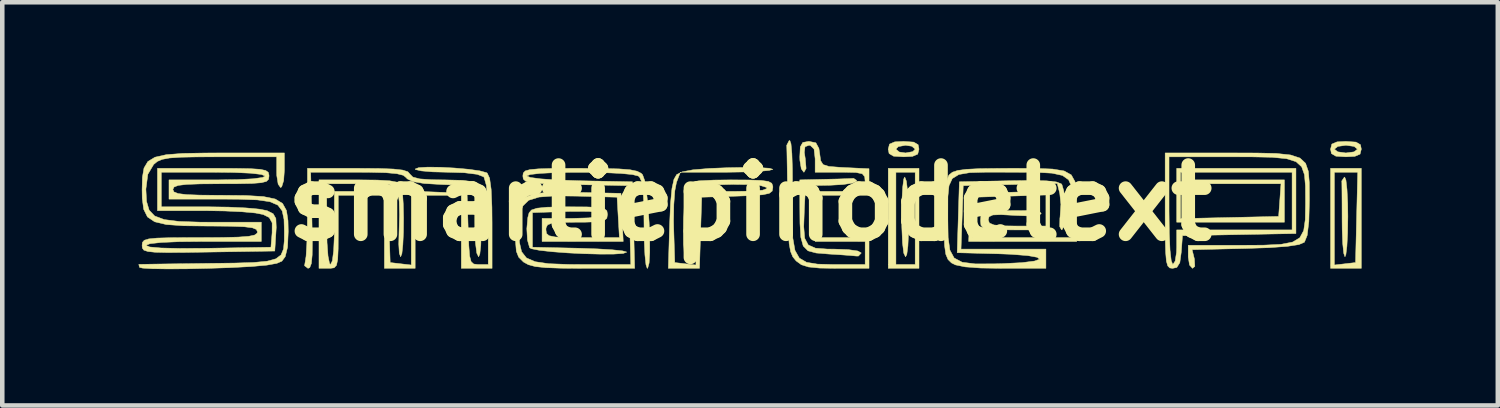
<source format=kicad_pcb>
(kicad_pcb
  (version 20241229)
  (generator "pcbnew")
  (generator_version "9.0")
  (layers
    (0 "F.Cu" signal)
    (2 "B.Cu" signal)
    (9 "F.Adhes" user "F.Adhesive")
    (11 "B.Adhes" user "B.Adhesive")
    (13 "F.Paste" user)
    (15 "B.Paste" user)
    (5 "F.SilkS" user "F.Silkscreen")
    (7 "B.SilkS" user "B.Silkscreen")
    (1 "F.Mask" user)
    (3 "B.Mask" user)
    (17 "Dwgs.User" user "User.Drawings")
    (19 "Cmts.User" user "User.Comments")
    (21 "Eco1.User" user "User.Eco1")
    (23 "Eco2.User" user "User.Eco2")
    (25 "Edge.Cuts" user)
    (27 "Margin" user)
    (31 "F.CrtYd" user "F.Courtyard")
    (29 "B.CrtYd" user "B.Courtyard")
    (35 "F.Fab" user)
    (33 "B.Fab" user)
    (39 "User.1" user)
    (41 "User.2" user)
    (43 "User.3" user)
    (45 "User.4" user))
  (footprint "smartiepinodetext"
    (layer "F.Cu")
    (at 13.455 1.418)
    (property "Reference" "smartiepinodetext" (at 0 0 0) (layer "F.SilkS") (effects (font (size 1.524 1.524) (thickness 0.3))))
    (attr through_hole)
    (fp_poly (pts (xy -1.534 -0.662) (xy -1.528 -0.677) (xy -1.503 -0.677) (xy -1.534 -0.662)) (stroke (width 0.01) (type solid)) (fill yes) (layer "F.SilkS"))
    (fp_poly (pts (xy 3.725 1.439) (xy 3.048 1.439) (xy 3.048 -0.677) (xy 3.217 -0.677) (xy 3.217 1.355) (xy 3.641 1.355) (xy 3.641 -0.677) (xy 3.217 -0.677) (xy 3.048 -0.677) (xy 3.048 -0.762) (xy 3.725 -0.762) (xy 3.725 1.439)) (stroke (width 0.01) (type solid)) (fill yes) (layer "F.SilkS"))
    (fp_poly (pts (xy 13.462 1.439) (xy 12.785 1.439) (xy 12.785 -0.677) (xy 12.869 -0.677) (xy 12.869 1.366) (xy 13.102 1.339) (xy 13.335 1.312) (xy 13.359 0.318) (xy 13.383 -0.677) (xy 12.869 -0.677) (xy 12.785 -0.677) (xy 12.785 -0.762) (xy 13.462 -0.762) (xy 13.462 1.439)) (stroke (width 0.01) (type solid)) (fill yes) (layer "F.SilkS"))
    (fp_poly (pts (xy -1.488 -0.685) (xy -1.256 -0.729) (xy -0.894 -0.76) (xy -0.487 -0.776) (xy -0.099 -0.783) (xy 0.218 -0.778) (xy 0.431 -0.764) (xy 0.508 -0.741) (xy 0.429 -0.717) (xy 0.213 -0.696) (xy -0.107 -0.683) (xy -0.498 -0.677) (xy -0.51 -0.677) (xy -1.503 -0.677) (xy -1.488 -0.685)) (stroke (width 0.01) (type solid)) (fill yes) (layer "F.SilkS"))
    (fp_poly (pts (xy 3.447 -0.481) (xy 3.473 -0.27) (xy 3.49 0.022) (xy 3.497 0.351) (xy 3.494 0.674) (xy 3.481 0.949) (xy 3.457 1.133) (xy 3.429 1.185) (xy 3.39 1.105) (xy 3.362 0.878) (xy 3.347 0.528) (xy 3.344 0.296) (xy 3.35 -0.066) (xy 3.367 -0.352) (xy 3.39 -0.529) (xy 3.412 -0.57) (xy 3.447 -0.481)) (stroke (width 0.01) (type solid)) (fill yes) (layer "F.SilkS"))
    (fp_poly (pts (xy 13.124 -0.501) (xy 13.147 -0.296) (xy 13.162 0.01) (xy 13.166 0.296) (xy 13.16 0.661) (xy 13.145 0.953) (xy 13.122 1.138) (xy 13.102 1.185) (xy 13.075 1.107) (xy 13.053 0.896) (xy 13.041 0.589) (xy 13.039 0.381) (xy 13.038 0.027) (xy 13.036 -0.262) (xy 13.034 -0.444) (xy 13.032 -0.485) (xy 13.088 -0.567) (xy 13.096 -0.569) (xy 13.124 -0.501)) (stroke (width 0.01) (type solid)) (fill yes) (layer "F.SilkS"))
    (fp_poly (pts (xy 3.608 -1.34) (xy 3.706 -1.283) (xy 3.725 -1.185) (xy 3.697 -1.075) (xy 3.582 -1.026) (xy 3.387 -1.016) (xy 3.165 -1.03) (xy 3.067 -1.088) (xy 3.048 -1.185) (xy 3.217 -1.185) (xy 3.29 -1.122) (xy 3.429 -1.101) (xy 3.588 -1.13) (xy 3.641 -1.185) (xy 3.568 -1.249) (xy 3.429 -1.27) (xy 3.27 -1.241) (xy 3.217 -1.185) (xy 3.048 -1.185) (xy 3.076 -1.296) (xy 3.191 -1.345) (xy 3.387 -1.355) (xy 3.608 -1.34)) (stroke (width 0.01) (type solid)) (fill yes) (layer "F.SilkS"))
    (fp_poly (pts (xy 13.345 -1.34) (xy 13.443 -1.283) (xy 13.462 -1.185) (xy 13.434 -1.075) (xy 13.319 -1.026) (xy 13.123 -1.016) (xy 12.902 -1.03) (xy 12.804 -1.088) (xy 12.785 -1.185) (xy 12.869 -1.185) (xy 12.943 -1.126) (xy 13.12 -1.101) (xy 13.123 -1.101) (xy 13.302 -1.125) (xy 13.377 -1.184) (xy 13.377 -1.185) (xy 13.304 -1.245) (xy 13.126 -1.27) (xy 13.123 -1.27) (xy 12.945 -1.245) (xy 12.869 -1.186) (xy 12.869 -1.185) (xy 12.785 -1.185) (xy 12.813 -1.296) (xy 12.928 -1.345) (xy 13.123 -1.355) (xy 13.345 -1.34)) (stroke (width 0.01) (type solid)) (fill yes) (layer "F.SilkS"))
    (fp_poly (pts (xy 2.352 -0.497) (xy 2.349 -0.476) (xy 2.261 -0.437) (xy 2.05 -0.406) (xy 1.778 -0.391) (xy 1.228 -0.381) (xy 1.202 0.123) (xy 1.188 0.52) (xy 1.209 0.777) (xy 1.288 0.925) (xy 1.446 0.995) (xy 1.707 1.015) (xy 1.864 1.016) (xy 2.168 1.027) (xy 2.377 1.057) (xy 2.455 1.101) (xy 2.391 1.169) (xy 2.349 1.169) (xy 2.213 1.156) (xy 1.966 1.138) (xy 1.723 1.123) (xy 1.458 1.101) (xy 1.282 1.053) (xy 1.177 0.948) (xy 1.124 0.757) (xy 1.105 0.451) (xy 1.102 0.106) (xy 1.101 -0.508) (xy 1.651 -0.521) (xy 1.948 -0.528) (xy 2.179 -0.536) (xy 2.286 -0.542) (xy 2.352 -0.497)) (stroke (width 0.01) (type solid)) (fill yes) (layer "F.SilkS"))
    (fp_poly (pts (xy -8.167 -0.759) (xy -7.845 -0.747) (xy -7.64 -0.724) (xy -7.527 -0.687) (xy -7.481 -0.635) (xy -7.417 -0.57) (xy -7.266 -0.53) (xy -6.998 -0.511) (xy -6.719 -0.508) (xy -6.32 -0.498) (xy -6.075 -0.465) (xy -5.974 -0.408) (xy -5.971 -0.402) (xy -5.941 -0.234) (xy -5.921 0.027) (xy -5.911 0.338) (xy -5.911 0.654) (xy -5.921 0.93) (xy -5.942 1.122) (xy -5.969 1.185) (xy -6.009 1.105) (xy -6.038 0.883) (xy -6.053 0.545) (xy -6.054 0.402) (xy -6.054 -0.381) (xy -6.772 -0.406) (xy -7.167 -0.429) (xy -7.416 -0.47) (xy -7.542 -0.532) (xy -7.559 -0.554) (xy -7.626 -0.609) (xy -7.77 -0.645) (xy -8.017 -0.667) (xy -8.395 -0.676) (xy -8.647 -0.677) (xy -9.666 -0.677) (xy -9.638 0.381) (xy -9.629 0.835) (xy -9.633 1.144) (xy -9.651 1.332) (xy -9.686 1.422) (xy -9.725 1.439) (xy -9.801 1.381) (xy -9.788 1.305) (xy -9.767 1.17) (xy -9.751 0.906) (xy -9.74 0.552) (xy -9.737 0.205) (xy -9.737 -0.762) (xy -8.633 -0.762) (xy -8.167 -0.759)) (stroke (width 0.01) (type solid)) (fill yes) (layer "F.SilkS"))
    (fp_poly (pts (xy -1.614 -0.452) (xy -1.65 -0.267) (xy -1.672 0.033) (xy -1.678 0.396) (xy -1.675 0.543) (xy -1.651 1.312) (xy -1.418 1.339) (xy -1.185 1.366) (xy -1.185 -0.254) (xy -0.364 -0.254) (xy 0.041 -0.261) (xy 0.286 -0.282) (xy 0.378 -0.318) (xy 0.369 -0.342) (xy 0.243 -0.382) (xy -0.02 -0.405) (xy -0.386 -0.409) (xy -0.516 -0.406) (xy -1.312 -0.381) (xy -1.337 0.402) (xy -1.353 0.743) (xy -1.378 1.009) (xy -1.406 1.162) (xy -1.421 1.185) (xy -1.442 1.108) (xy -1.454 0.907) (xy -1.457 0.626) (xy -1.452 0.31) (xy -1.439 0.004) (xy -1.421 -0.247) (xy -1.396 -0.399) (xy -1.395 -0.402) (xy -1.32 -0.453) (xy -1.124 -0.487) (xy -0.789 -0.504) (xy -0.426 -0.508) (xy -0.017 -0.506) (xy 0.251 -0.496) (xy 0.408 -0.474) (xy 0.484 -0.434) (xy 0.507 -0.371) (xy 0.508 -0.342) (xy 0.494 -0.263) (xy 0.429 -0.212) (xy 0.283 -0.181) (xy 0.024 -0.162) (xy -0.275 -0.151) (xy -1.058 -0.127) (xy -1.083 0.656) (xy -1.107 1.439) (xy -1.793 1.439) (xy -1.764 0.468) (xy -1.744 0.003) (xy -1.713 -0.319) (xy -1.669 -0.52) (xy -1.609 -0.625) (xy -1.534 -0.662) (xy -1.614 -0.452)) (stroke (width 0.01) (type solid)) (fill yes) (layer "F.SilkS"))
    (fp_poly (pts (xy 0.907 -1.304) (xy 0.927 -1.088) (xy 0.938 -0.756) (xy 0.941 -0.332) (xy 0.939 -0.157) (xy 0.934 0.382) (xy 0.948 0.775) (xy 0.995 1.044) (xy 1.091 1.214) (xy 1.251 1.307) (xy 1.49 1.346) (xy 1.823 1.355) (xy 1.924 1.355) (xy 2.54 1.355) (xy 2.54 0.847) (xy 1.439 0.847) (xy 1.439 -0.254) (xy 1.99 -0.254) (xy 2.286 -0.258) (xy 2.45 -0.279) (xy 2.522 -0.332) (xy 2.54 -0.431) (xy 2.54 -0.466) (xy 2.53 -0.579) (xy 2.476 -0.643) (xy 2.338 -0.671) (xy 2.08 -0.677) (xy 1.99 -0.677) (xy 1.439 -0.677) (xy 1.439 -0.974) (xy 1.415 -1.187) (xy 1.332 -1.267) (xy 1.303 -1.27) (xy 1.216 -1.238) (xy 1.201 -1.112) (xy 1.222 -0.974) (xy 1.24 -0.76) (xy 1.194 -0.678) (xy 1.189 -0.677) (xy 1.134 -0.752) (xy 1.103 -0.94) (xy 1.101 -1.016) (xy 1.112 -1.234) (xy 1.167 -1.332) (xy 1.293 -1.355) (xy 1.307 -1.355) (xy 1.455 -1.324) (xy 1.522 -1.201) (xy 1.54 -1.079) (xy 1.561 -0.929) (xy 1.614 -0.845) (xy 1.741 -0.804) (xy 1.983 -0.785) (xy 2.095 -0.779) (xy 2.625 -0.754) (xy 2.625 -0.169) (xy 1.524 -0.169) (xy 1.524 0.762) (xy 2.625 0.762) (xy 2.625 1.439) (xy 1.905 1.439) (xy 1.536 1.433) (xy 1.293 1.409) (xy 1.137 1.36) (xy 1.024 1.278) (xy 1.016 1.27) (xy 0.947 1.185) (xy 0.899 1.071) (xy 0.867 0.897) (xy 0.848 0.634) (xy 0.838 0.249) (xy 0.834 -0.042) (xy 0.829 -0.469) (xy 0.823 -0.837) (xy 0.818 -1.111) (xy 0.814 -1.258) (xy 0.813 -1.27) (xy 0.864 -1.369) (xy 0.881 -1.376) (xy 0.907 -1.304)) (stroke (width 0.01) (type solid)) (fill yes) (layer "F.SilkS"))
    (fp_poly (pts (xy 11.153 -1.1) (xy 11.592 -1.09) (xy 11.904 -1.057) (xy 12.111 -0.989) (xy 12.235 -0.873) (xy 12.296 -0.697) (xy 12.317 -0.446) (xy 12.319 -0.109) (xy 12.319 -0.053) (xy 12.307 0.41) (xy 12.271 0.712) (xy 12.21 0.863) (xy 12.209 0.864) (xy 12.088 0.916) (xy 11.832 0.955) (xy 11.43 0.984) (xy 10.918 1.001) (xy 9.737 1.029) (xy 9.788 1.234) (xy 9.797 1.396) (xy 9.746 1.439) (xy 9.68 1.366) (xy 9.652 1.189) (xy 9.652 1.185) (xy 9.652 0.931) (xy 10.779 0.931) (xy 11.306 0.929) (xy 11.688 0.911) (xy 11.947 0.862) (xy 12.108 0.766) (xy 12.194 0.607) (xy 12.228 0.37) (xy 12.234 0.038) (xy 12.234 -0.042) (xy 12.232 -0.375) (xy 12.211 -0.622) (xy 12.149 -0.796) (xy 12.025 -0.909) (xy 11.815 -0.975) (xy 11.498 -1.006) (xy 11.053 -1.015) (xy 10.567 -1.016) (xy 9.229 -1.016) (xy 9.229 0.169) (xy 9.235 0.664) (xy 9.251 1.037) (xy 9.278 1.272) (xy 9.313 1.355) (xy 9.313 1.355) (xy 9.364 1.279) (xy 9.394 1.088) (xy 9.398 0.974) (xy 9.398 0.593) (xy 11.938 0.593) (xy 11.938 -0.677) (xy 9.483 -0.677) (xy 9.483 0.344) (xy 10.562 0.32) (xy 11.642 0.296) (xy 11.694 -0.423) (xy 10.704 -0.423) (xy 9.715 -0.423) (xy 9.763 -0.127) (xy 9.775 0.067) (xy 9.743 0.166) (xy 9.731 0.169) (xy 9.682 0.094) (xy 9.654 -0.093) (xy 9.652 -0.169) (xy 9.652 -0.508) (xy 11.769 -0.508) (xy 11.769 0.423) (xy 9.398 0.423) (xy 9.398 -0.762) (xy 12.023 -0.762) (xy 12.023 0.673) (xy 10.774 0.696) (xy 9.525 0.72) (xy 9.499 1.079) (xy 9.467 1.313) (xy 9.401 1.419) (xy 9.308 1.439) (xy 9.245 1.43) (xy 9.201 1.385) (xy 9.171 1.28) (xy 9.155 1.089) (xy 9.146 0.787) (xy 9.144 0.35) (xy 9.144 0.169) (xy 9.144 -1.101) (xy 10.567 -1.101) (xy 11.153 -1.1)) (stroke (width 0.01) (type solid)) (fill yes) (layer "F.SilkS"))
    (fp_poly (pts (xy -6.81 -0.786) (xy -6.496 -0.769) (xy -6.193 -0.742) (xy -5.944 -0.707) (xy -5.793 -0.666) (xy -5.779 -0.657) (xy -5.727 -0.545) (xy -5.693 -0.299) (xy -5.676 0.094) (xy -5.673 0.434) (xy -5.673 1.439) (xy -6.35 1.439) (xy -6.35 -0.169) (xy -7.366 -0.169) (xy -7.366 1.439) (xy -8.043 1.439) (xy -8.043 -0.169) (xy -9.059 -0.169) (xy -9.059 0.635) (xy -9.061 1.008) (xy -9.071 1.243) (xy -9.098 1.372) (xy -9.15 1.427) (xy -9.235 1.439) (xy -9.271 1.439) (xy -9.483 1.439) (xy -9.483 -0.508) (xy -8.603 -0.508) (xy -8.195 -0.504) (xy -7.926 -0.488) (xy -7.767 -0.457) (xy -7.689 -0.405) (xy -7.671 -0.374) (xy -7.644 -0.224) (xy -7.628 0.025) (xy -7.621 0.329) (xy -7.624 0.642) (xy -7.637 0.919) (xy -7.658 1.115) (xy -7.686 1.185) (xy -7.715 1.108) (xy -7.727 0.905) (xy -7.72 0.618) (xy -7.719 0.594) (xy -7.71 0.261) (xy -7.717 -0.03) (xy -7.739 -0.21) (xy -7.772 -0.311) (xy -7.833 -0.374) (xy -7.955 -0.407) (xy -8.176 -0.421) (xy -8.528 -0.423) (xy -8.553 -0.423) (xy -9.313 -0.423) (xy -9.313 0.466) (xy -9.306 0.873) (xy -9.284 1.169) (xy -9.251 1.331) (xy -9.229 1.355) (xy -9.189 1.274) (xy -9.16 1.051) (xy -9.145 0.711) (xy -9.144 0.55) (xy -9.144 -0.254) (xy -7.965 -0.254) (xy -7.941 0.529) (xy -7.916 1.312) (xy -7.684 1.339) (xy -7.451 1.366) (xy -7.451 -0.261) (xy -6.837 -0.237) (xy -6.223 -0.212) (xy -6.199 0.572) (xy -6.185 0.938) (xy -6.167 1.168) (xy -6.134 1.292) (xy -6.077 1.344) (xy -5.986 1.355) (xy -5.966 1.355) (xy -5.757 1.355) (xy -5.757 0.44) (xy -5.768 -0.049) (xy -5.798 -0.385) (xy -5.848 -0.561) (xy -5.859 -0.576) (xy -6.002 -0.631) (xy -6.286 -0.666) (xy -6.663 -0.677) (xy -6.984 -0.685) (xy -7.228 -0.706) (xy -7.356 -0.735) (xy -7.366 -0.747) (xy -7.289 -0.777) (xy -7.089 -0.789) (xy -6.81 -0.786)) (stroke (width 0.01) (type solid)) (fill yes) (layer "F.SilkS"))
    (fp_poly (pts (xy 6.287 -0.761) (xy 6.664 -0.747) (xy 6.92 -0.705) (xy 7.077 -0.618) (xy 7.159 -0.471) (xy 7.192 -0.246) (xy 7.197 0.071) (xy 7.197 0.206) (xy 7.197 0.847) (xy 4.818 0.847) (xy 4.868 -0.212) (xy 5.736 -0.236) (xy 6.604 -0.26) (xy 6.604 0.593) (xy 5.842 0.593) (xy 5.481 0.591) (xy 5.257 0.58) (xy 5.138 0.55) (xy 5.089 0.493) (xy 5.08 0.4) (xy 5.08 0.381) (xy 5.089 0.27) (xy 5.139 0.207) (xy 5.269 0.178) (xy 5.515 0.17) (xy 5.673 0.169) (xy 5.976 0.168) (xy 6.21 0.166) (xy 6.325 0.163) (xy 6.327 0.163) (xy 6.408 0.22) (xy 6.415 0.237) (xy 6.352 0.273) (xy 6.148 0.286) (xy 5.845 0.274) (xy 5.531 0.257) (xy 5.35 0.264) (xy 5.267 0.303) (xy 5.249 0.37) (xy 5.275 0.442) (xy 5.375 0.484) (xy 5.582 0.504) (xy 5.884 0.508) (xy 6.519 0.508) (xy 6.519 -0.176) (xy 5.736 -0.151) (xy 4.953 -0.127) (xy 4.927 0.318) (xy 4.902 0.762) (xy 7.112 0.762) (xy 7.112 0.206) (xy 7.11 -0.119) (xy 7.087 -0.353) (xy 7.019 -0.51) (xy 6.883 -0.606) (xy 6.654 -0.656) (xy 6.308 -0.675) (xy 5.822 -0.677) (xy 5.709 -0.677) (xy 5.204 -0.678) (xy 4.843 -0.668) (xy 4.603 -0.627) (xy 4.458 -0.538) (xy 4.386 -0.381) (xy 4.361 -0.137) (xy 4.36 0.211) (xy 4.36 0.367) (xy 4.367 0.763) (xy 4.405 1.037) (xy 4.499 1.211) (xy 4.676 1.305) (xy 4.963 1.341) (xy 5.384 1.34) (xy 5.544 1.336) (xy 5.989 1.314) (xy 6.267 1.279) (xy 6.38 1.238) (xy 6.329 1.196) (xy 6.115 1.158) (xy 5.742 1.129) (xy 5.479 1.119) (xy 4.566 1.095) (xy 4.59 0.315) (xy 4.614 -0.466) (xy 5.708 -0.489) (xy 6.196 -0.495) (xy 6.535 -0.487) (xy 6.748 -0.463) (xy 6.856 -0.422) (xy 6.871 -0.405) (xy 6.913 -0.262) (xy 6.936 -0.038) (xy 6.938 0.214) (xy 6.922 0.436) (xy 6.887 0.573) (xy 6.863 0.593) (xy 6.823 0.52) (xy 6.826 0.341) (xy 6.831 0.301) (xy 6.849 0.03) (xy 6.824 -0.21) (xy 6.769 -0.429) (xy 5.734 -0.405) (xy 4.699 -0.381) (xy 4.65 1.016) (xy 6.519 1.016) (xy 6.519 1.439) (xy 5.562 1.439) (xy 5.079 1.432) (xy 4.742 1.407) (xy 4.528 1.363) (xy 4.44 1.319) (xy 4.364 1.244) (xy 4.315 1.128) (xy 4.288 0.937) (xy 4.277 0.636) (xy 4.276 0.359) (xy 4.286 -0.105) (xy 4.318 -0.418) (xy 4.375 -0.597) (xy 4.392 -0.622) (xy 4.461 -0.677) (xy 4.578 -0.716) (xy 4.77 -0.741) (xy 5.064 -0.756) (xy 5.487 -0.761) (xy 5.765 -0.762) (xy 6.287 -0.761)) (stroke (width 0.01) (type solid)) (fill yes) (layer "F.SilkS"))
    (fp_poly (pts (xy -3.235 -0.759) (xy -2.877 -0.75) (xy -2.635 -0.731) (xy -2.481 -0.699) (xy -2.391 -0.653) (xy -2.36 -0.622) (xy -2.314 -0.495) (xy -2.274 -0.252) (xy -2.241 0.067) (xy -2.216 0.423) (xy -2.203 0.777) (xy -2.202 1.09) (xy -2.216 1.322) (xy -2.247 1.434) (xy -2.258 1.439) (xy -2.285 1.36) (xy -2.308 1.145) (xy -2.323 0.827) (xy -2.328 0.462) (xy -2.333 0.02) (xy -2.349 -0.282) (xy -2.379 -0.469) (xy -2.427 -0.57) (xy -2.455 -0.594) (xy -2.584 -0.626) (xy -2.834 -0.65) (xy -3.167 -0.666) (xy -3.549 -0.674) (xy -3.942 -0.674) (xy -4.311 -0.667) (xy -4.62 -0.651) (xy -4.832 -0.627) (xy -4.911 -0.595) (xy -4.911 -0.595) (xy -4.83 -0.561) (xy -4.604 -0.531) (xy -4.257 -0.507) (xy -3.814 -0.491) (xy -3.747 -0.489) (xy -2.582 -0.466) (xy -2.558 0.487) (xy -2.534 1.439) (xy -3.671 1.439) (xy -4.149 1.436) (xy -4.488 1.424) (xy -4.719 1.4) (xy -4.871 1.36) (xy -4.977 1.302) (xy -4.99 1.291) (xy -5.088 1.192) (xy -5.139 1.062) (xy -5.156 0.854) (xy -5.148 0.552) (xy -5.125 0.246) (xy -5.071 0.029) (xy -4.961 -0.114) (xy -4.77 -0.197) (xy -4.472 -0.233) (xy -4.043 -0.238) (xy -3.768 -0.233) (xy -2.836 -0.212) (xy -2.786 0.847) (xy -4.572 0.847) (xy -4.572 0.339) (xy -3.895 0.339) (xy -3.543 0.328) (xy -3.309 0.299) (xy -3.218 0.255) (xy -3.217 0.251) (xy -3.299 0.208) (xy -3.537 0.186) (xy -3.919 0.185) (xy -4 0.187) (xy -4.784 0.212) (xy -4.784 0.974) (xy -3.747 0.997) (xy -3.35 1.011) (xy -3.023 1.031) (xy -2.799 1.055) (xy -2.71 1.08) (xy -2.709 1.082) (xy -2.787 1.111) (xy -2.995 1.125) (xy -3.294 1.126) (xy -3.646 1.117) (xy -4.011 1.099) (xy -4.352 1.073) (xy -4.63 1.042) (xy -4.806 1.007) (xy -4.846 0.986) (xy -4.894 0.817) (xy -4.908 0.567) (xy -4.886 0.321) (xy -4.859 0.219) (xy -4.806 0.155) (xy -4.683 0.115) (xy -4.462 0.093) (xy -4.111 0.085) (xy -3.97 0.085) (xy -3.587 0.087) (xy -3.343 0.098) (xy -3.206 0.125) (xy -3.146 0.172) (xy -3.133 0.248) (xy -3.133 0.254) (xy -3.147 0.338) (xy -3.212 0.389) (xy -3.362 0.414) (xy -3.631 0.423) (xy -3.81 0.423) (xy -4.147 0.427) (xy -4.35 0.443) (xy -4.451 0.481) (xy -4.485 0.548) (xy -4.487 0.593) (xy -4.475 0.671) (xy -4.418 0.721) (xy -4.285 0.748) (xy -4.043 0.76) (xy -3.679 0.762) (xy -2.87 0.762) (xy -2.921 -0.127) (xy -3.799 -0.151) (xy -4.291 -0.156) (xy -4.639 -0.13) (xy -4.868 -0.059) (xy -5.001 0.071) (xy -5.064 0.274) (xy -5.08 0.566) (xy -5.08 0.59) (xy -5.07 0.871) (xy -5.023 1.073) (xy -4.916 1.21) (xy -4.725 1.293) (xy -4.427 1.337) (xy -3.997 1.353) (xy -3.661 1.355) (xy -2.619 1.355) (xy -2.643 0.487) (xy -2.667 -0.381) (xy -3.831 -0.405) (xy -4.296 -0.415) (xy -4.617 -0.429) (xy -4.822 -0.449) (xy -4.935 -0.48) (xy -4.985 -0.527) (xy -4.995 -0.593) (xy -4.995 -0.595) (xy -4.986 -0.659) (xy -4.943 -0.705) (xy -4.84 -0.734) (xy -4.652 -0.751) (xy -4.353 -0.76) (xy -3.919 -0.762) (xy -3.736 -0.762) (xy -3.235 -0.759)) (stroke (width 0.01) (type solid)) (fill yes) (layer "F.SilkS"))
    (fp_poly (pts (xy -10.245 -0.72) (xy -10.261 -0.492) (xy -10.304 -0.356) (xy -10.329 -0.339) (xy -10.382 -0.414) (xy -10.412 -0.601) (xy -10.414 -0.677) (xy -10.414 -1.016) (xy -11.684 -1.016) (xy -12.179 -1.014) (xy -12.533 -1.007) (xy -12.776 -0.99) (xy -12.935 -0.96) (xy -13.041 -0.915) (xy -13.12 -0.85) (xy -13.123 -0.847) (xy -13.251 -0.631) (xy -13.293 -0.309) (xy -13.293 -0.296) (xy -13.279 -0.033) (xy -13.222 0.158) (xy -13.1 0.287) (xy -12.888 0.366) (xy -12.563 0.407) (xy -12.103 0.422) (xy -11.853 0.423) (xy -10.753 0.423) (xy -10.753 0.847) (xy -12.023 0.847) (xy -12.559 0.852) (xy -12.956 0.869) (xy -13.204 0.896) (xy -13.293 0.932) (xy -13.293 0.933) (xy -13.209 0.969) (xy -12.961 0.991) (xy -12.555 1.001) (xy -11.994 0.998) (xy -11.917 0.997) (xy -10.541 0.974) (xy -10.515 0.656) (xy -10.514 0.437) (xy -10.579 0.32) (xy -10.711 0.254) (xy -10.88 0.221) (xy -11.177 0.194) (xy -11.559 0.176) (xy -11.986 0.169) (xy -13.039 0.169) (xy -13.039 -0.762) (xy -11.811 -0.762) (xy -11.332 -0.761) (xy -10.997 -0.755) (xy -10.781 -0.741) (xy -10.657 -0.715) (xy -10.599 -0.674) (xy -10.584 -0.614) (xy -10.583 -0.593) (xy -10.593 -0.522) (xy -10.64 -0.475) (xy -10.753 -0.446) (xy -10.958 -0.43) (xy -11.283 -0.424) (xy -11.642 -0.423) (xy -12.09 -0.42) (xy -12.395 -0.409) (xy -12.581 -0.387) (xy -12.674 -0.351) (xy -12.7 -0.297) (xy -12.7 -0.296) (xy -12.675 -0.243) (xy -12.584 -0.207) (xy -12.402 -0.184) (xy -12.103 -0.173) (xy -11.661 -0.169) (xy -11.618 -0.169) (xy -11.09 -0.164) (xy -10.707 -0.141) (xy -10.446 -0.087) (xy -10.285 0.011) (xy -10.199 0.166) (xy -10.165 0.39) (xy -10.16 0.629) (xy -10.175 0.971) (xy -10.226 1.181) (xy -10.3 1.281) (xy -10.411 1.329) (xy -10.629 1.368) (xy -10.97 1.399) (xy -11.451 1.424) (xy -11.917 1.439) (xy -12.399 1.45) (xy -12.82 1.452) (xy -13.151 1.447) (xy -13.365 1.434) (xy -13.433 1.418) (xy -13.45 1.353) (xy -13.446 1.352) (xy -13.357 1.35) (xy -13.126 1.346) (xy -12.781 1.341) (xy -12.349 1.336) (xy -11.914 1.33) (xy -11.344 1.323) (xy -10.922 1.31) (xy -10.625 1.282) (xy -10.431 1.229) (xy -10.318 1.143) (xy -10.264 1.014) (xy -10.247 0.832) (xy -10.246 0.62) (xy -10.253 0.36) (xy -10.293 0.174) (xy -10.388 0.048) (xy -10.563 -0.028) (xy -10.842 -0.068) (xy -11.249 -0.083) (xy -11.648 -0.085) (xy -12.785 -0.085) (xy -12.785 -0.508) (xy -11.726 -0.508) (xy -11.268 -0.515) (xy -10.927 -0.533) (xy -10.722 -0.562) (xy -10.668 -0.593) (xy -10.75 -0.628) (xy -10.984 -0.655) (xy -11.354 -0.672) (xy -11.811 -0.677) (xy -12.954 -0.677) (xy -12.954 0.085) (xy -11.901 0.085) (xy -11.475 0.091) (xy -11.093 0.109) (xy -10.796 0.136) (xy -10.627 0.169) (xy -10.627 0.169) (xy -10.492 0.237) (xy -10.432 0.342) (xy -10.424 0.539) (xy -10.431 0.656) (xy -10.456 1.058) (xy -11.917 1.081) (xy -12.445 1.089) (xy -12.828 1.091) (xy -13.089 1.085) (xy -13.25 1.068) (xy -13.337 1.039) (xy -13.371 0.994) (xy -13.377 0.933) (xy -13.369 0.867) (xy -13.329 0.821) (xy -13.23 0.791) (xy -13.049 0.773) (xy -12.76 0.765) (xy -12.337 0.762) (xy -12.107 0.762) (xy -11.61 0.76) (xy -11.259 0.751) (xy -11.03 0.734) (xy -10.899 0.706) (xy -10.844 0.665) (xy -10.837 0.635) (xy -10.862 0.582) (xy -10.952 0.546) (xy -11.133 0.523) (xy -11.43 0.512) (xy -11.868 0.508) (xy -11.938 0.508) (xy -12.463 0.502) (xy -12.843 0.475) (xy -13.1 0.414) (xy -13.259 0.307) (xy -13.342 0.139) (xy -13.374 -0.102) (xy -13.377 -0.296) (xy -13.37 -0.567) (xy -13.335 -0.769) (xy -13.25 -0.912) (xy -13.094 -1.007) (xy -12.844 -1.063) (xy -12.481 -1.091) (xy -11.981 -1.1) (xy -11.642 -1.101) (xy -10.245 -1.101) (xy -10.245 -0.72)) (stroke (width 0.01) (type solid)) (fill yes) (layer "F.SilkS")))
  (gr_rect
    (start -3 -3)
    (end 29.922 5.875)
    (stroke (width 0.1) (type default))
    (fill no)
    (layer "Edge.Cuts")))
</source>
